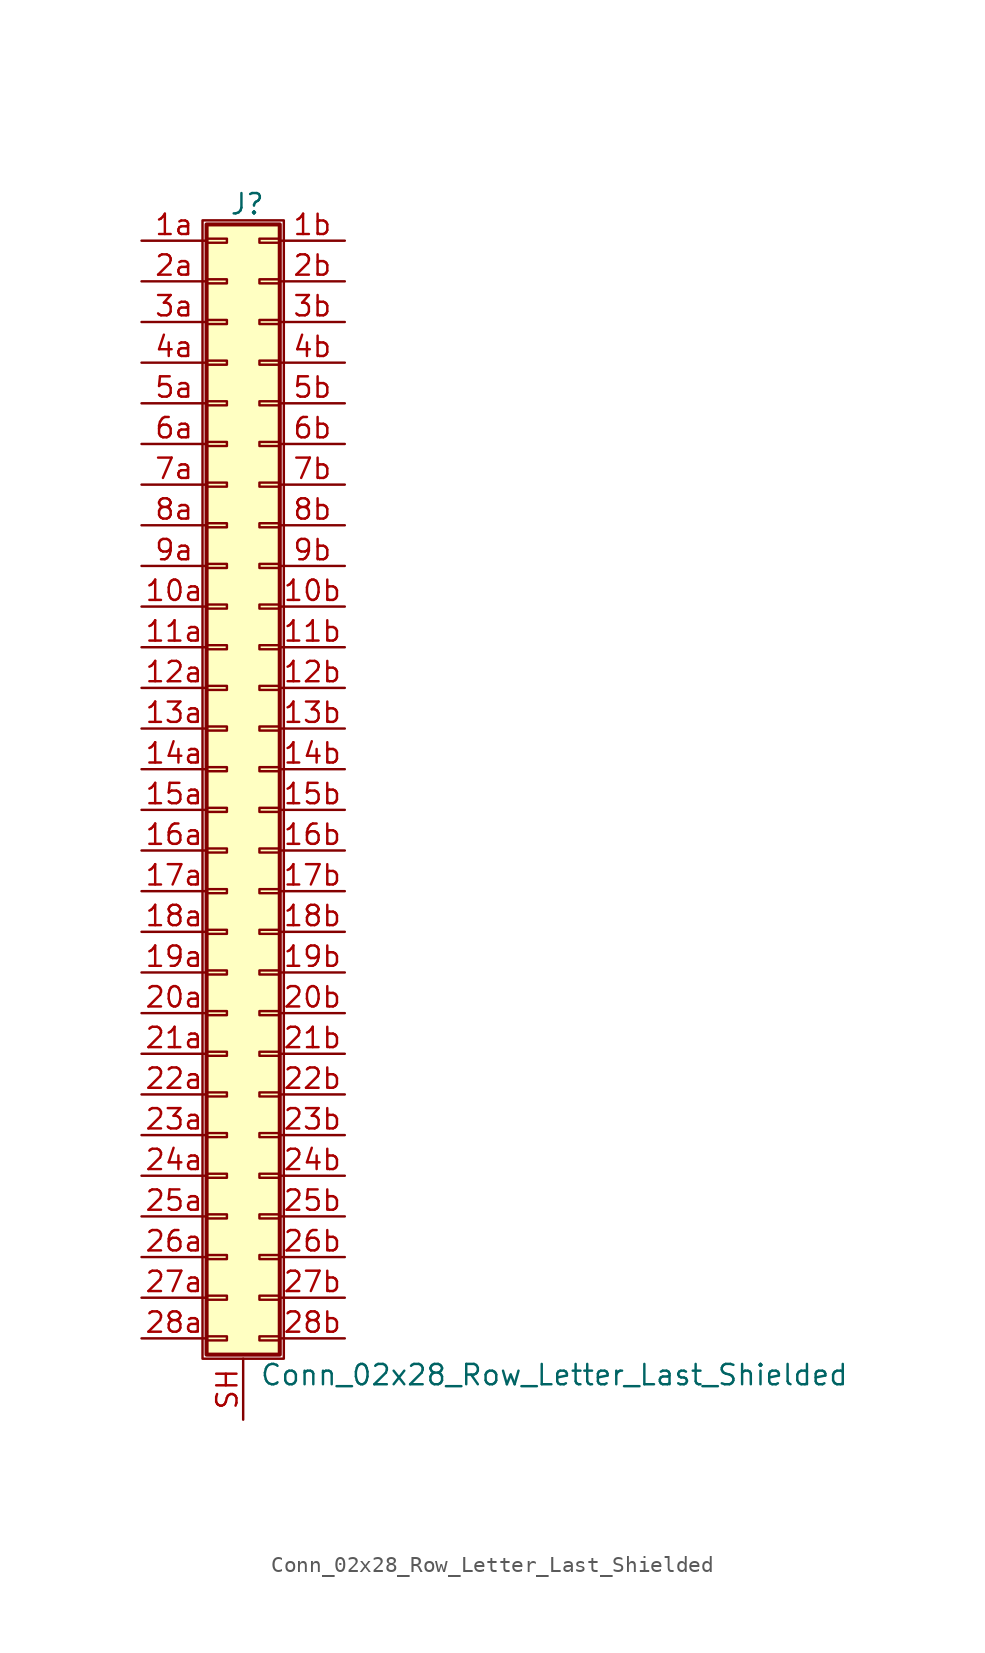
<source format=kicad_sym>
(kicad_symbol_lib
  (version 20220914)
  (generator kicad_symbol_editor)
  (symbol "Conn_02x28_Row_Letter_Last_Shielded"
    (pin_names
      (offset 1.016) hide)
    (property "Reference" "J"
      (at 1.524 35.306 0)
      (effects (font (size 1.27 1.27))))
    (property "Value" "Conn_02x28_Row_Letter_Last_Shielded"
      (at 2.286 -37.846 0)
      (effects (font (size 1.27 1.27)) (justify left)))
    (symbol "Conn_02x28_Row_Letter_Last_Shielded_1_1"
      (rectangle (start -1.27 34.29) (end 3.81 -36.83) (stroke (width 0.152) (type default)) (fill (type none)))
      (rectangle (start -1.016 -35.433) (end 0.254 -35.687) (stroke (width 0.152) (type default)) (fill (type none)))
      (rectangle (start -1.016 -32.893) (end 0.254 -33.147) (stroke (width 0.152) (type default)) (fill (type none)))
      (rectangle (start -1.016 -30.353) (end 0.254 -30.607) (stroke (width 0.152) (type default)) (fill (type none)))
      (rectangle (start -1.016 -27.813) (end 0.254 -28.067) (stroke (width 0.152) (type default)) (fill (type none)))
      (rectangle (start -1.016 -25.273) (end 0.254 -25.527) (stroke (width 0.152) (type default)) (fill (type none)))
      (rectangle (start -1.016 -22.733) (end 0.254 -22.987) (stroke (width 0.152) (type default)) (fill (type none)))
      (rectangle (start -1.016 -20.193) (end 0.254 -20.447) (stroke (width 0.152) (type default)) (fill (type none)))
      (rectangle (start -1.016 -17.653) (end 0.254 -17.907) (stroke (width 0.152) (type default)) (fill (type none)))
      (rectangle (start -1.016 -15.113) (end 0.254 -15.367) (stroke (width 0.152) (type default)) (fill (type none)))
      (rectangle (start -1.016 -12.573) (end 0.254 -12.827) (stroke (width 0.152) (type default)) (fill (type none)))
      (rectangle (start -1.016 -10.033) (end 0.254 -10.287) (stroke (width 0.152) (type default)) (fill (type none)))
      (rectangle (start -1.016 -7.493) (end 0.254 -7.747) (stroke (width 0.152) (type default)) (fill (type none)))
      (rectangle (start -1.016 -4.953) (end 0.254 -5.207) (stroke (width 0.152) (type default)) (fill (type none)))
      (rectangle (start -1.016 -2.413) (end 0.254 -2.667) (stroke (width 0.152) (type default)) (fill (type none)))
      (rectangle (start -1.016 0.127) (end 0.254 -0.127) (stroke (width 0.152) (type default)) (fill (type none)))
      (rectangle (start -1.016 2.667) (end 0.254 2.413) (stroke (width 0.152) (type default)) (fill (type none)))
      (rectangle (start -1.016 5.207) (end 0.254 4.953) (stroke (width 0.152) (type default)) (fill (type none)))
      (rectangle (start -1.016 7.747) (end 0.254 7.493) (stroke (width 0.152) (type default)) (fill (type none)))
      (rectangle (start -1.016 10.287) (end 0.254 10.033) (stroke (width 0.152) (type default)) (fill (type none)))
      (rectangle (start -1.016 12.827) (end 0.254 12.573) (stroke (width 0.152) (type default)) (fill (type none)))
      (rectangle (start -1.016 15.367) (end 0.254 15.113) (stroke (width 0.152) (type default)) (fill (type none)))
      (rectangle (start -1.016 17.907) (end 0.254 17.653) (stroke (width 0.152) (type default)) (fill (type none)))
      (rectangle (start -1.016 20.447) (end 0.254 20.193) (stroke (width 0.152) (type default)) (fill (type none)))
      (rectangle (start -1.016 22.987) (end 0.254 22.733) (stroke (width 0.152) (type default)) (fill (type none)))
      (rectangle (start -1.016 25.527) (end 0.254 25.273) (stroke (width 0.152) (type default)) (fill (type none)))
      (rectangle (start -1.016 28.067) (end 0.254 27.813) (stroke (width 0.152) (type default)) (fill (type none)))
      (rectangle (start -1.016 30.607) (end 0.254 30.353) (stroke (width 0.152) (type default)) (fill (type none)))
      (rectangle (start -1.016 33.147) (end 0.254 32.893) (stroke (width 0.152) (type default)) (fill (type none)))
      (rectangle (start -1.016 34.036) (end 3.556 -36.576) (stroke (width 0.254) (type default)) (fill (type background)))
      (rectangle (start 3.556 -35.433) (end 2.286 -35.687) (stroke (width 0.152) (type default)) (fill (type none)))
      (rectangle (start 3.556 -32.893) (end 2.286 -33.147) (stroke (width 0.152) (type default)) (fill (type none)))
      (rectangle (start 3.556 -30.353) (end 2.286 -30.607) (stroke (width 0.152) (type default)) (fill (type none)))
      (rectangle (start 3.556 -27.813) (end 2.286 -28.067) (stroke (width 0.152) (type default)) (fill (type none)))
      (rectangle (start 3.556 -25.273) (end 2.286 -25.527) (stroke (width 0.152) (type default)) (fill (type none)))
      (rectangle (start 3.556 -22.733) (end 2.286 -22.987) (stroke (width 0.152) (type default)) (fill (type none)))
      (rectangle (start 3.556 -20.193) (end 2.286 -20.447) (stroke (width 0.152) (type default)) (fill (type none)))
      (rectangle (start 3.556 -17.653) (end 2.286 -17.907) (stroke (width 0.152) (type default)) (fill (type none)))
      (rectangle (start 3.556 -15.113) (end 2.286 -15.367) (stroke (width 0.152) (type default)) (fill (type none)))
      (rectangle (start 3.556 -12.573) (end 2.286 -12.827) (stroke (width 0.152) (type default)) (fill (type none)))
      (rectangle (start 3.556 -10.033) (end 2.286 -10.287) (stroke (width 0.152) (type default)) (fill (type none)))
      (rectangle (start 3.556 -7.493) (end 2.286 -7.747) (stroke (width 0.152) (type default)) (fill (type none)))
      (rectangle (start 3.556 -4.953) (end 2.286 -5.207) (stroke (width 0.152) (type default)) (fill (type none)))
      (rectangle (start 3.556 -2.413) (end 2.286 -2.667) (stroke (width 0.152) (type default)) (fill (type none)))
      (rectangle (start 3.556 0.127) (end 2.286 -0.127) (stroke (width 0.152) (type default)) (fill (type none)))
      (rectangle (start 3.556 2.667) (end 2.286 2.413) (stroke (width 0.152) (type default)) (fill (type none)))
      (rectangle (start 3.556 5.207) (end 2.286 4.953) (stroke (width 0.152) (type default)) (fill (type none)))
      (rectangle (start 3.556 7.747) (end 2.286 7.493) (stroke (width 0.152) (type default)) (fill (type none)))
      (rectangle (start 3.556 10.287) (end 2.286 10.033) (stroke (width 0.152) (type default)) (fill (type none)))
      (rectangle (start 3.556 12.827) (end 2.286 12.573) (stroke (width 0.152) (type default)) (fill (type none)))
      (rectangle (start 3.556 15.367) (end 2.286 15.113) (stroke (width 0.152) (type default)) (fill (type none)))
      (rectangle (start 3.556 17.907) (end 2.286 17.653) (stroke (width 0.152) (type default)) (fill (type none)))
      (rectangle (start 3.556 20.447) (end 2.286 20.193) (stroke (width 0.152) (type default)) (fill (type none)))
      (rectangle (start 3.556 22.987) (end 2.286 22.733) (stroke (width 0.152) (type default)) (fill (type none)))
      (rectangle (start 3.556 25.527) (end 2.286 25.273) (stroke (width 0.152) (type default)) (fill (type none)))
      (rectangle (start 3.556 28.067) (end 2.286 27.813) (stroke (width 0.152) (type default)) (fill (type none)))
      (rectangle (start 3.556 30.607) (end 2.286 30.353) (stroke (width 0.152) (type default)) (fill (type none)))
      (rectangle (start 3.556 33.147) (end 2.286 32.893) (stroke (width 0.152) (type default)) (fill (type none)))
      (pin passive line (at -5.08 10.16 0) (length 4.064) (name "Pin_10a" (effects (font (size 1.27 1.27)))) (number "10a" (effects (font (size 1.27 1.27)))))
      (pin passive line (at 7.62 10.16 180) (length 4.064) (name "Pin_10b" (effects (font (size 1.27 1.27)))) (number "10b" (effects (font (size 1.27 1.27)))))
      (pin passive line (at -5.08 7.62 0) (length 4.064) (name "Pin_11a" (effects (font (size 1.27 1.27)))) (number "11a" (effects (font (size 1.27 1.27)))))
      (pin passive line (at 7.62 7.62 180) (length 4.064) (name "Pin_11b" (effects (font (size 1.27 1.27)))) (number "11b" (effects (font (size 1.27 1.27)))))
      (pin passive line (at -5.08 5.08 0) (length 4.064) (name "Pin_12a" (effects (font (size 1.27 1.27)))) (number "12a" (effects (font (size 1.27 1.27)))))
      (pin passive line (at 7.62 5.08 180) (length 4.064) (name "Pin_12b" (effects (font (size 1.27 1.27)))) (number "12b" (effects (font (size 1.27 1.27)))))
      (pin passive line (at -5.08 2.54 0) (length 4.064) (name "Pin_13a" (effects (font (size 1.27 1.27)))) (number "13a" (effects (font (size 1.27 1.27)))))
      (pin passive line (at 7.62 2.54 180) (length 4.064) (name "Pin_13b" (effects (font (size 1.27 1.27)))) (number "13b" (effects (font (size 1.27 1.27)))))
      (pin passive line (at -5.08 0 0) (length 4.064) (name "Pin_14a" (effects (font (size 1.27 1.27)))) (number "14a" (effects (font (size 1.27 1.27)))))
      (pin passive line (at 7.62 0 180) (length 4.064) (name "Pin_14b" (effects (font (size 1.27 1.27)))) (number "14b" (effects (font (size 1.27 1.27)))))
      (pin passive line (at -5.08 -2.54 0) (length 4.064) (name "Pin_15a" (effects (font (size 1.27 1.27)))) (number "15a" (effects (font (size 1.27 1.27)))))
      (pin passive line (at 7.62 -2.54 180) (length 4.064) (name "Pin_15b" (effects (font (size 1.27 1.27)))) (number "15b" (effects (font (size 1.27 1.27)))))
      (pin passive line (at -5.08 -5.08 0) (length 4.064) (name "Pin_16a" (effects (font (size 1.27 1.27)))) (number "16a" (effects (font (size 1.27 1.27)))))
      (pin passive line (at 7.62 -5.08 180) (length 4.064) (name "Pin_16b" (effects (font (size 1.27 1.27)))) (number "16b" (effects (font (size 1.27 1.27)))))
      (pin passive line (at -5.08 -7.62 0) (length 4.064) (name "Pin_17a" (effects (font (size 1.27 1.27)))) (number "17a" (effects (font (size 1.27 1.27)))))
      (pin passive line (at 7.62 -7.62 180) (length 4.064) (name "Pin_17b" (effects (font (size 1.27 1.27)))) (number "17b" (effects (font (size 1.27 1.27)))))
      (pin passive line (at -5.08 -10.16 0) (length 4.064) (name "Pin_18a" (effects (font (size 1.27 1.27)))) (number "18a" (effects (font (size 1.27 1.27)))))
      (pin passive line (at 7.62 -10.16 180) (length 4.064) (name "Pin_18b" (effects (font (size 1.27 1.27)))) (number "18b" (effects (font (size 1.27 1.27)))))
      (pin passive line (at -5.08 -12.7 0) (length 4.064) (name "Pin_19a" (effects (font (size 1.27 1.27)))) (number "19a" (effects (font (size 1.27 1.27)))))
      (pin passive line (at 7.62 -12.7 180) (length 4.064) (name "Pin_19b" (effects (font (size 1.27 1.27)))) (number "19b" (effects (font (size 1.27 1.27)))))
      (pin passive line (at -5.08 33.02 0) (length 4.064) (name "Pin_1a" (effects (font (size 1.27 1.27)))) (number "1a" (effects (font (size 1.27 1.27)))))
      (pin passive line (at 7.62 33.02 180) (length 4.064) (name "Pin_1b" (effects (font (size 1.27 1.27)))) (number "1b" (effects (font (size 1.27 1.27)))))
      (pin passive line (at -5.08 -15.24 0) (length 4.064) (name "Pin_20a" (effects (font (size 1.27 1.27)))) (number "20a" (effects (font (size 1.27 1.27)))))
      (pin passive line (at 7.62 -15.24 180) (length 4.064) (name "Pin_20b" (effects (font (size 1.27 1.27)))) (number "20b" (effects (font (size 1.27 1.27)))))
      (pin passive line (at -5.08 -17.78 0) (length 4.064) (name "Pin_21a" (effects (font (size 1.27 1.27)))) (number "21a" (effects (font (size 1.27 1.27)))))
      (pin passive line (at 7.62 -17.78 180) (length 4.064) (name "Pin_21b" (effects (font (size 1.27 1.27)))) (number "21b" (effects (font (size 1.27 1.27)))))
      (pin passive line (at -5.08 -20.32 0) (length 4.064) (name "Pin_22a" (effects (font (size 1.27 1.27)))) (number "22a" (effects (font (size 1.27 1.27)))))
      (pin passive line (at 7.62 -20.32 180) (length 4.064) (name "Pin_22b" (effects (font (size 1.27 1.27)))) (number "22b" (effects (font (size 1.27 1.27)))))
      (pin passive line (at -5.08 -22.86 0) (length 4.064) (name "Pin_23a" (effects (font (size 1.27 1.27)))) (number "23a" (effects (font (size 1.27 1.27)))))
      (pin passive line (at 7.62 -22.86 180) (length 4.064) (name "Pin_23b" (effects (font (size 1.27 1.27)))) (number "23b" (effects (font (size 1.27 1.27)))))
      (pin passive line (at -5.08 -25.4 0) (length 4.064) (name "Pin_24a" (effects (font (size 1.27 1.27)))) (number "24a" (effects (font (size 1.27 1.27)))))
      (pin passive line (at 7.62 -25.4 180) (length 4.064) (name "Pin_24b" (effects (font (size 1.27 1.27)))) (number "24b" (effects (font (size 1.27 1.27)))))
      (pin passive line (at -5.08 -27.94 0) (length 4.064) (name "Pin_25a" (effects (font (size 1.27 1.27)))) (number "25a" (effects (font (size 1.27 1.27)))))
      (pin passive line (at 7.62 -27.94 180) (length 4.064) (name "Pin_25b" (effects (font (size 1.27 1.27)))) (number "25b" (effects (font (size 1.27 1.27)))))
      (pin passive line (at -5.08 -30.48 0) (length 4.064) (name "Pin_26a" (effects (font (size 1.27 1.27)))) (number "26a" (effects (font (size 1.27 1.27)))))
      (pin passive line (at 7.62 -30.48 180) (length 4.064) (name "Pin_26b" (effects (font (size 1.27 1.27)))) (number "26b" (effects (font (size 1.27 1.27)))))
      (pin passive line (at -5.08 -33.02 0) (length 4.064) (name "Pin_27a" (effects (font (size 1.27 1.27)))) (number "27a" (effects (font (size 1.27 1.27)))))
      (pin passive line (at 7.62 -33.02 180) (length 4.064) (name "Pin_27b" (effects (font (size 1.27 1.27)))) (number "27b" (effects (font (size 1.27 1.27)))))
      (pin passive line (at -5.08 -35.56 0) (length 4.064) (name "Pin_28a" (effects (font (size 1.27 1.27)))) (number "28a" (effects (font (size 1.27 1.27)))))
      (pin passive line (at 7.62 -35.56 180) (length 4.064) (name "Pin_28b" (effects (font (size 1.27 1.27)))) (number "28b" (effects (font (size 1.27 1.27)))))
      (pin passive line (at -5.08 30.48 0) (length 4.064) (name "Pin_2a" (effects (font (size 1.27 1.27)))) (number "2a" (effects (font (size 1.27 1.27)))))
      (pin passive line (at 7.62 30.48 180) (length 4.064) (name "Pin_2b" (effects (font (size 1.27 1.27)))) (number "2b" (effects (font (size 1.27 1.27)))))
      (pin passive line (at -5.08 27.94 0) (length 4.064) (name "Pin_3a" (effects (font (size 1.27 1.27)))) (number "3a" (effects (font (size 1.27 1.27)))))
      (pin passive line (at 7.62 27.94 180) (length 4.064) (name "Pin_3b" (effects (font (size 1.27 1.27)))) (number "3b" (effects (font (size 1.27 1.27)))))
      (pin passive line (at -5.08 25.4 0) (length 4.064) (name "Pin_4a" (effects (font (size 1.27 1.27)))) (number "4a" (effects (font (size 1.27 1.27)))))
      (pin passive line (at 7.62 25.4 180) (length 4.064) (name "Pin_4b" (effects (font (size 1.27 1.27)))) (number "4b" (effects (font (size 1.27 1.27)))))
      (pin passive line (at -5.08 22.86 0) (length 4.064) (name "Pin_5a" (effects (font (size 1.27 1.27)))) (number "5a" (effects (font (size 1.27 1.27)))))
      (pin passive line (at 7.62 22.86 180) (length 4.064) (name "Pin_5b" (effects (font (size 1.27 1.27)))) (number "5b" (effects (font (size 1.27 1.27)))))
      (pin passive line (at -5.08 20.32 0) (length 4.064) (name "Pin_6a" (effects (font (size 1.27 1.27)))) (number "6a" (effects (font (size 1.27 1.27)))))
      (pin passive line (at 7.62 20.32 180) (length 4.064) (name "Pin_6b" (effects (font (size 1.27 1.27)))) (number "6b" (effects (font (size 1.27 1.27)))))
      (pin passive line (at -5.08 17.78 0) (length 4.064) (name "Pin_7a" (effects (font (size 1.27 1.27)))) (number "7a" (effects (font (size 1.27 1.27)))))
      (pin passive line (at 7.62 17.78 180) (length 4.064) (name "Pin_7b" (effects (font (size 1.27 1.27)))) (number "7b" (effects (font (size 1.27 1.27)))))
      (pin passive line (at -5.08 15.24 0) (length 4.064) (name "Pin_8a" (effects (font (size 1.27 1.27)))) (number "8a" (effects (font (size 1.27 1.27)))))
      (pin passive line (at 7.62 15.24 180) (length 4.064) (name "Pin_8b" (effects (font (size 1.27 1.27)))) (number "8b" (effects (font (size 1.27 1.27)))))
      (pin passive line (at -5.08 12.7 0) (length 4.064) (name "Pin_9a" (effects (font (size 1.27 1.27)))) (number "9a" (effects (font (size 1.27 1.27)))))
      (pin passive line (at 7.62 12.7 180) (length 4.064) (name "Pin_9b" (effects (font (size 1.27 1.27)))) (number "9b" (effects (font (size 1.27 1.27)))))
      (pin passive line (at 1.27 -40.64 90) (length 3.81) (name "Shield" (effects (font (size 1.27 1.27)))) (number "SH" (effects (font (size 1.27 1.27))))))))
</source>
